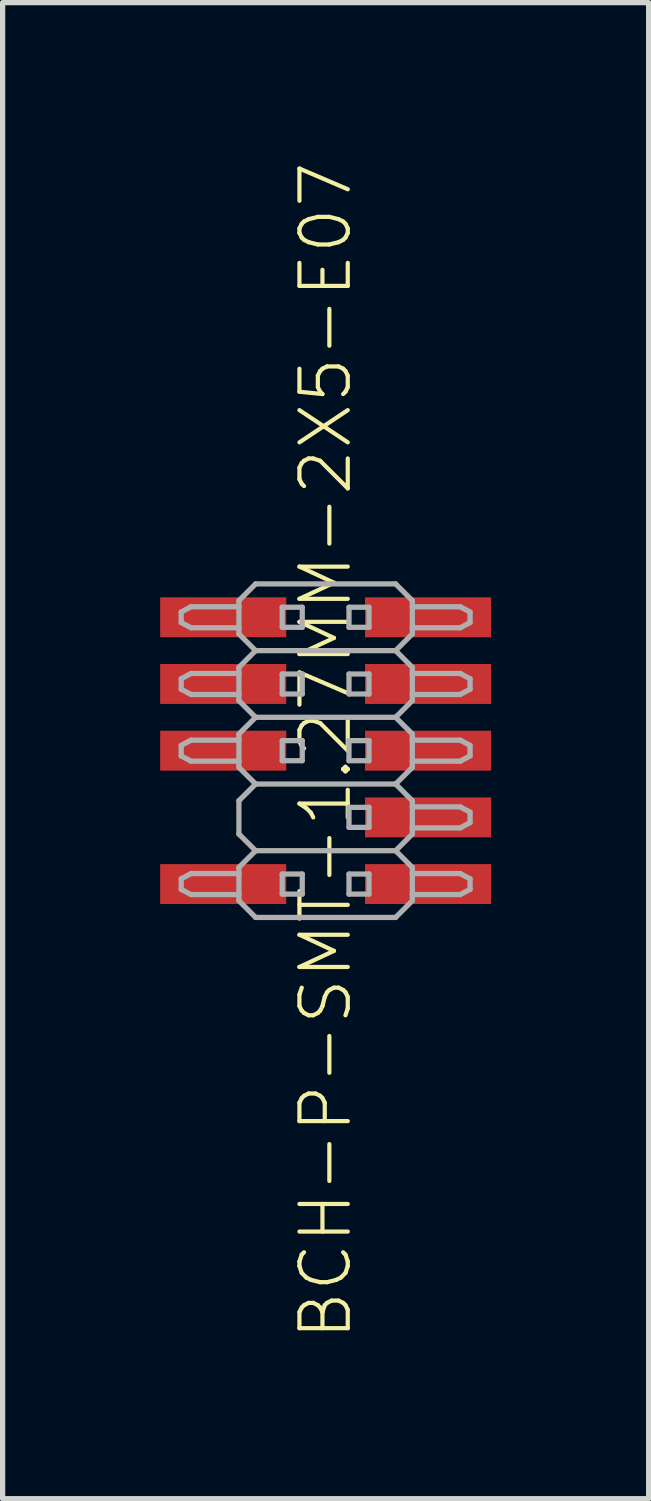
<source format=kicad_pcb>
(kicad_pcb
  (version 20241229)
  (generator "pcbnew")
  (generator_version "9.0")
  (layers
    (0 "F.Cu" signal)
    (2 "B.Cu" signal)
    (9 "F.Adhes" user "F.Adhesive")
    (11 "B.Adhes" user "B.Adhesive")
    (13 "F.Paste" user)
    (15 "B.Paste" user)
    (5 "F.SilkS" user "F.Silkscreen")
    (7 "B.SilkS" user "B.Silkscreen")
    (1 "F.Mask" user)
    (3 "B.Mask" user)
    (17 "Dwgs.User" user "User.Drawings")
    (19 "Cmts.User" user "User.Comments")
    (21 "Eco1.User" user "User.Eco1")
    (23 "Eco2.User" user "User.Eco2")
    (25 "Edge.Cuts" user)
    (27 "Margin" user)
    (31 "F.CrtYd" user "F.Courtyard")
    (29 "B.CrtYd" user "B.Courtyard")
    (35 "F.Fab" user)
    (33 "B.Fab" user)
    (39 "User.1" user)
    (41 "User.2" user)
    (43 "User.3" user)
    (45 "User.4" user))
  (footprint "BCH-P-SMT-1.27MM-2X5-E07"
    (layer "F.Cu")
    (at 3.15 11.243)
    (property "Reference" "BCH-P-SMT-1.27MM-2X5-E07" (at 0 0 90) (unlocked yes) (layer "F.SilkS") (effects (font (size 0.92 0.92) (thickness 0.08))))
    (fp_poly (pts (xy -0.75 -2.16) (xy -3.15 -2.16) (xy -3.15 -2.92) (xy -0.75 -2.92)) (stroke (width 0) (type default)) (fill yes) (layer "F.Paste"))
    (fp_poly (pts (xy -0.75 -0.89) (xy -3.15 -0.89) (xy -3.15 -1.65) (xy -0.75 -1.65)) (stroke (width 0) (type default)) (fill yes) (layer "F.Paste"))
    (fp_poly (pts (xy -0.75 0.38) (xy -3.15 0.38) (xy -3.15 -0.38) (xy -0.75 -0.38)) (stroke (width 0) (type default)) (fill yes) (layer "F.Paste"))
    (fp_poly (pts (xy -0.75 2.92) (xy -3.15 2.92) (xy -3.15 2.16) (xy -0.75 2.16)) (stroke (width 0) (type default)) (fill yes) (layer "F.Paste"))
    (fp_poly (pts (xy 3.15 -2.16) (xy 0.75 -2.16) (xy 0.75 -2.92) (xy 3.15 -2.92)) (stroke (width 0) (type default)) (fill yes) (layer "F.Paste"))
    (fp_poly (pts (xy 3.15 -0.89) (xy 0.75 -0.89) (xy 0.75 -1.65) (xy 3.15 -1.65)) (stroke (width 0) (type default)) (fill yes) (layer "F.Paste"))
    (fp_poly (pts (xy 3.15 0.38) (xy 0.75 0.38) (xy 0.75 -0.38) (xy 3.15 -0.38)) (stroke (width 0) (type default)) (fill yes) (layer "F.Paste"))
    (fp_poly (pts (xy 3.15 1.65) (xy 0.75 1.65) (xy 0.75 0.89) (xy 3.15 0.89)) (stroke (width 0) (type default)) (fill yes) (layer "F.Paste"))
    (fp_poly (pts (xy 3.15 2.92) (xy 0.75 2.92) (xy 0.75 2.16) (xy 3.15 2.16)) (stroke (width 0) (type default)) (fill yes) (layer "F.Paste"))
    (fp_line (start -2.75 -2.64) (end -2.563 -2.74) (stroke (width 0.1) (type solid)) (layer "F.Fab"))
    (fp_line (start -2.75 -2.44) (end -2.75 -2.64) (stroke (width 0.1) (type solid)) (layer "F.Fab"))
    (fp_line (start -2.75 -1.37) (end -2.563 -1.47) (stroke (width 0.1) (type solid)) (layer "F.Fab"))
    (fp_line (start -2.75 -1.17) (end -2.75 -1.37) (stroke (width 0.1) (type solid)) (layer "F.Fab"))
    (fp_line (start -2.75 -0.1) (end -2.563 -0.2) (stroke (width 0.1) (type solid)) (layer "F.Fab"))
    (fp_line (start -2.75 0.1) (end -2.75 -0.1) (stroke (width 0.1) (type solid)) (layer "F.Fab"))
    (fp_line (start -2.75 2.44) (end -2.563 2.34) (stroke (width 0.1) (type solid)) (layer "F.Fab"))
    (fp_line (start -2.75 2.64) (end -2.75 2.44) (stroke (width 0.1) (type solid)) (layer "F.Fab"))
    (fp_line (start -2.563 -2.34) (end -2.75 -2.44) (stroke (width 0.1) (type solid)) (layer "F.Fab"))
    (fp_line (start -2.563 -2.34) (end -1.651 -2.34) (stroke (width 0.1) (type solid)) (layer "F.Fab"))
    (fp_line (start -2.563 -1.07) (end -2.75 -1.17) (stroke (width 0.1) (type solid)) (layer "F.Fab"))
    (fp_line (start -2.563 -1.07) (end -1.651 -1.07) (stroke (width 0.1) (type solid)) (layer "F.Fab"))
    (fp_line (start -2.563 0.2) (end -2.75 0.1) (stroke (width 0.1) (type solid)) (layer "F.Fab"))
    (fp_line (start -2.563 0.2) (end -1.651 0.2) (stroke (width 0.1) (type solid)) (layer "F.Fab"))
    (fp_line (start -2.563 2.74) (end -2.75 2.64) (stroke (width 0.1) (type solid)) (layer "F.Fab"))
    (fp_line (start -2.563 2.74) (end -1.651 2.74) (stroke (width 0.1) (type solid)) (layer "F.Fab"))
    (fp_line (start -1.651 -2.857) (end -1.651 -2.74) (stroke (width 0.1) (type solid)) (layer "F.Fab"))
    (fp_line (start -1.651 -2.74) (end -2.563 -2.74) (stroke (width 0.1) (type solid)) (layer "F.Fab"))
    (fp_line (start -1.651 -2.74) (end -1.651 -2.34) (stroke (width 0.1) (type solid)) (layer "F.Fab"))
    (fp_line (start -1.651 -2.34) (end -1.651 -2.223) (stroke (width 0.1) (type solid)) (layer "F.Fab"))
    (fp_line (start -1.651 -2.223) (end -1.333 -1.905) (stroke (width 0.1) (type solid)) (layer "F.Fab"))
    (fp_line (start -1.651 -1.587) (end -1.651 -1.47) (stroke (width 0.1) (type solid)) (layer "F.Fab"))
    (fp_line (start -1.651 -1.47) (end -2.563 -1.47) (stroke (width 0.1) (type solid)) (layer "F.Fab"))
    (fp_line (start -1.651 -1.47) (end -1.651 -1.07) (stroke (width 0.1) (type solid)) (layer "F.Fab"))
    (fp_line (start -1.651 -1.07) (end -1.651 -0.953) (stroke (width 0.1) (type solid)) (layer "F.Fab"))
    (fp_line (start -1.651 -0.953) (end -1.333 -0.635) (stroke (width 0.1) (type solid)) (layer "F.Fab"))
    (fp_line (start -1.651 -0.318) (end -1.651 -0.2) (stroke (width 0.1) (type solid)) (layer "F.Fab"))
    (fp_line (start -1.651 -0.2) (end -2.563 -0.2) (stroke (width 0.1) (type solid)) (layer "F.Fab"))
    (fp_line (start -1.651 -0.2) (end -1.651 0.2) (stroke (width 0.1) (type solid)) (layer "F.Fab"))
    (fp_line (start -1.651 0.2) (end -1.651 0.318) (stroke (width 0.1) (type solid)) (layer "F.Fab"))
    (fp_line (start -1.651 0.318) (end -1.333 0.635) (stroke (width 0.1) (type solid)) (layer "F.Fab"))
    (fp_line (start -1.651 0.953) (end -1.651 1.587) (stroke (width 0.1) (type solid)) (layer "F.Fab"))
    (fp_line (start -1.651 1.587) (end -1.333 1.905) (stroke (width 0.1) (type solid)) (layer "F.Fab"))
    (fp_line (start -1.651 2.223) (end -1.651 2.34) (stroke (width 0.1) (type solid)) (layer "F.Fab"))
    (fp_line (start -1.651 2.34) (end -2.563 2.34) (stroke (width 0.1) (type solid)) (layer "F.Fab"))
    (fp_line (start -1.651 2.34) (end -1.651 2.74) (stroke (width 0.1) (type solid)) (layer "F.Fab"))
    (fp_line (start -1.651 2.74) (end -1.651 2.857) (stroke (width 0.1) (type solid)) (layer "F.Fab"))
    (fp_line (start -1.651 2.857) (end -1.333 3.175) (stroke (width 0.1) (type solid)) (layer "F.Fab"))
    (fp_line (start -1.333 -3.175) (end -1.651 -2.857) (stroke (width 0.1) (type solid)) (layer "F.Fab"))
    (fp_line (start -1.333 -1.905) (end -1.651 -1.587) (stroke (width 0.1) (type solid)) (layer "F.Fab"))
    (fp_line (start -1.333 -0.635) (end -1.651 -0.318) (stroke (width 0.1) (type solid)) (layer "F.Fab"))
    (fp_line (start -1.333 0.635) (end -1.651 0.953) (stroke (width 0.1) (type solid)) (layer "F.Fab"))
    (fp_line (start -1.333 1.905) (end -1.651 2.223) (stroke (width 0.1) (type solid)) (layer "F.Fab"))
    (fp_line (start -0.826 -2.731) (end -0.445 -2.731) (stroke (width 0.1) (type solid)) (layer "F.Fab"))
    (fp_line (start -0.826 -2.349) (end -0.826 -2.731) (stroke (width 0.1) (type solid)) (layer "F.Fab"))
    (fp_line (start -0.826 -1.46) (end -0.445 -1.46) (stroke (width 0.1) (type solid)) (layer "F.Fab"))
    (fp_line (start -0.826 -1.079) (end -0.826 -1.46) (stroke (width 0.1) (type solid)) (layer "F.Fab"))
    (fp_line (start -0.826 -0.191) (end -0.445 -0.191) (stroke (width 0.1) (type solid)) (layer "F.Fab"))
    (fp_line (start -0.826 0.191) (end -0.826 -0.191) (stroke (width 0.1) (type solid)) (layer "F.Fab"))
    (fp_line (start -0.826 2.349) (end -0.445 2.349) (stroke (width 0.1) (type solid)) (layer "F.Fab"))
    (fp_line (start -0.826 2.731) (end -0.826 2.349) (stroke (width 0.1) (type solid)) (layer "F.Fab"))
    (fp_line (start -0.445 -2.731) (end -0.445 -2.349) (stroke (width 0.1) (type solid)) (layer "F.Fab"))
    (fp_line (start -0.445 -2.349) (end -0.826 -2.349) (stroke (width 0.1) (type solid)) (layer "F.Fab"))
    (fp_line (start -0.445 -1.46) (end -0.445 -1.079) (stroke (width 0.1) (type solid)) (layer "F.Fab"))
    (fp_line (start -0.445 -1.079) (end -0.826 -1.079) (stroke (width 0.1) (type solid)) (layer "F.Fab"))
    (fp_line (start -0.445 -0.191) (end -0.445 0.191) (stroke (width 0.1) (type solid)) (layer "F.Fab"))
    (fp_line (start -0.445 0.191) (end -0.826 0.191) (stroke (width 0.1) (type solid)) (layer "F.Fab"))
    (fp_line (start -0.445 2.349) (end -0.445 2.731) (stroke (width 0.1) (type solid)) (layer "F.Fab"))
    (fp_line (start -0.445 2.731) (end -0.826 2.731) (stroke (width 0.1) (type solid)) (layer "F.Fab"))
    (fp_line (start 0.445 -2.731) (end 0.826 -2.731) (stroke (width 0.1) (type solid)) (layer "F.Fab"))
    (fp_line (start 0.445 -2.349) (end 0.445 -2.731) (stroke (width 0.1) (type solid)) (layer "F.Fab"))
    (fp_line (start 0.445 -1.46) (end 0.826 -1.46) (stroke (width 0.1) (type solid)) (layer "F.Fab"))
    (fp_line (start 0.445 -1.079) (end 0.445 -1.46) (stroke (width 0.1) (type solid)) (layer "F.Fab"))
    (fp_line (start 0.445 -0.191) (end 0.826 -0.191) (stroke (width 0.1) (type solid)) (layer "F.Fab"))
    (fp_line (start 0.445 0.191) (end 0.445 -0.191) (stroke (width 0.1) (type solid)) (layer "F.Fab"))
    (fp_line (start 0.445 1.079) (end 0.826 1.079) (stroke (width 0.1) (type solid)) (layer "F.Fab"))
    (fp_line (start 0.445 1.46) (end 0.445 1.079) (stroke (width 0.1) (type solid)) (layer "F.Fab"))
    (fp_line (start 0.445 2.349) (end 0.826 2.349) (stroke (width 0.1) (type solid)) (layer "F.Fab"))
    (fp_line (start 0.445 2.731) (end 0.445 2.349) (stroke (width 0.1) (type solid)) (layer "F.Fab"))
    (fp_line (start 0.826 -2.731) (end 0.826 -2.349) (stroke (width 0.1) (type solid)) (layer "F.Fab"))
    (fp_line (start 0.826 -2.349) (end 0.445 -2.349) (stroke (width 0.1) (type solid)) (layer "F.Fab"))
    (fp_line (start 0.826 -1.46) (end 0.826 -1.079) (stroke (width 0.1) (type solid)) (layer "F.Fab"))
    (fp_line (start 0.826 -1.079) (end 0.445 -1.079) (stroke (width 0.1) (type solid)) (layer "F.Fab"))
    (fp_line (start 0.826 -0.191) (end 0.826 0.191) (stroke (width 0.1) (type solid)) (layer "F.Fab"))
    (fp_line (start 0.826 0.191) (end 0.445 0.191) (stroke (width 0.1) (type solid)) (layer "F.Fab"))
    (fp_line (start 0.826 1.079) (end 0.826 1.46) (stroke (width 0.1) (type solid)) (layer "F.Fab"))
    (fp_line (start 0.826 1.46) (end 0.445 1.46) (stroke (width 0.1) (type solid)) (layer "F.Fab"))
    (fp_line (start 0.826 2.349) (end 0.826 2.731) (stroke (width 0.1) (type solid)) (layer "F.Fab"))
    (fp_line (start 0.826 2.731) (end 0.445 2.731) (stroke (width 0.1) (type solid)) (layer "F.Fab"))
    (fp_line (start 1.333 -3.175) (end -1.333 -3.175) (stroke (width 0.1) (type solid)) (layer "F.Fab"))
    (fp_line (start 1.333 -1.905) (end -1.333 -1.905) (stroke (width 0.1) (type solid)) (layer "F.Fab"))
    (fp_line (start 1.333 -1.905) (end 1.651 -2.223) (stroke (width 0.1) (type solid)) (layer "F.Fab"))
    (fp_line (start 1.333 -0.635) (end -1.333 -0.635) (stroke (width 0.1) (type solid)) (layer "F.Fab"))
    (fp_line (start 1.333 -0.635) (end 1.651 -0.953) (stroke (width 0.1) (type solid)) (layer "F.Fab"))
    (fp_line (start 1.333 0.635) (end -1.333 0.635) (stroke (width 0.1) (type solid)) (layer "F.Fab"))
    (fp_line (start 1.333 0.635) (end 1.651 0.318) (stroke (width 0.1) (type solid)) (layer "F.Fab"))
    (fp_line (start 1.333 1.905) (end -1.333 1.905) (stroke (width 0.1) (type solid)) (layer "F.Fab"))
    (fp_line (start 1.333 1.905) (end 1.651 1.587) (stroke (width 0.1) (type solid)) (layer "F.Fab"))
    (fp_line (start 1.333 3.175) (end -1.333 3.175) (stroke (width 0.1) (type solid)) (layer "F.Fab"))
    (fp_line (start 1.333 3.175) (end 1.651 2.857) (stroke (width 0.1) (type solid)) (layer "F.Fab"))
    (fp_line (start 1.651 -2.857) (end 1.333 -3.175) (stroke (width 0.1) (type solid)) (layer "F.Fab"))
    (fp_line (start 1.651 -2.74) (end 1.651 -2.857) (stroke (width 0.1) (type solid)) (layer "F.Fab"))
    (fp_line (start 1.651 -2.34) (end 1.651 -2.74) (stroke (width 0.1) (type solid)) (layer "F.Fab"))
    (fp_line (start 1.651 -2.34) (end 2.563 -2.34) (stroke (width 0.1) (type solid)) (layer "F.Fab"))
    (fp_line (start 1.651 -2.223) (end 1.651 -2.34) (stroke (width 0.1) (type solid)) (layer "F.Fab"))
    (fp_line (start 1.651 -1.587) (end 1.333 -1.905) (stroke (width 0.1) (type solid)) (layer "F.Fab"))
    (fp_line (start 1.651 -1.47) (end 1.651 -1.587) (stroke (width 0.1) (type solid)) (layer "F.Fab"))
    (fp_line (start 1.651 -1.07) (end 1.651 -1.47) (stroke (width 0.1) (type solid)) (layer "F.Fab"))
    (fp_line (start 1.651 -1.07) (end 2.563 -1.07) (stroke (width 0.1) (type solid)) (layer "F.Fab"))
    (fp_line (start 1.651 -0.953) (end 1.651 -1.07) (stroke (width 0.1) (type solid)) (layer "F.Fab"))
    (fp_line (start 1.651 -0.318) (end 1.333 -0.635) (stroke (width 0.1) (type solid)) (layer "F.Fab"))
    (fp_line (start 1.651 -0.2) (end 1.651 -0.318) (stroke (width 0.1) (type solid)) (layer "F.Fab"))
    (fp_line (start 1.651 0.2) (end 1.651 -0.2) (stroke (width 0.1) (type solid)) (layer "F.Fab"))
    (fp_line (start 1.651 0.2) (end 2.563 0.2) (stroke (width 0.1) (type solid)) (layer "F.Fab"))
    (fp_line (start 1.651 0.318) (end 1.651 0.2) (stroke (width 0.1) (type solid)) (layer "F.Fab"))
    (fp_line (start 1.651 0.953) (end 1.333 0.635) (stroke (width 0.1) (type solid)) (layer "F.Fab"))
    (fp_line (start 1.651 1.07) (end 1.651 0.953) (stroke (width 0.1) (type solid)) (layer "F.Fab"))
    (fp_line (start 1.651 1.47) (end 1.651 1.07) (stroke (width 0.1) (type solid)) (layer "F.Fab"))
    (fp_line (start 1.651 1.47) (end 2.563 1.47) (stroke (width 0.1) (type solid)) (layer "F.Fab"))
    (fp_line (start 1.651 1.587) (end 1.651 1.47) (stroke (width 0.1) (type solid)) (layer "F.Fab"))
    (fp_line (start 1.651 2.223) (end 1.333 1.905) (stroke (width 0.1) (type solid)) (layer "F.Fab"))
    (fp_line (start 1.651 2.34) (end 1.651 2.223) (stroke (width 0.1) (type solid)) (layer "F.Fab"))
    (fp_line (start 1.651 2.74) (end 1.651 2.34) (stroke (width 0.1) (type solid)) (layer "F.Fab"))
    (fp_line (start 1.651 2.74) (end 2.563 2.74) (stroke (width 0.1) (type solid)) (layer "F.Fab"))
    (fp_line (start 1.651 2.857) (end 1.651 2.74) (stroke (width 0.1) (type solid)) (layer "F.Fab"))
    (fp_line (start 2.563 -2.74) (end 1.651 -2.74) (stroke (width 0.1) (type solid)) (layer "F.Fab"))
    (fp_line (start 2.563 -2.74) (end 2.75 -2.64) (stroke (width 0.1) (type solid)) (layer "F.Fab"))
    (fp_line (start 2.563 -1.47) (end 1.651 -1.47) (stroke (width 0.1) (type solid)) (layer "F.Fab"))
    (fp_line (start 2.563 -1.47) (end 2.75 -1.37) (stroke (width 0.1) (type solid)) (layer "F.Fab"))
    (fp_line (start 2.563 -0.2) (end 1.651 -0.2) (stroke (width 0.1) (type solid)) (layer "F.Fab"))
    (fp_line (start 2.563 -0.2) (end 2.75 -0.1) (stroke (width 0.1) (type solid)) (layer "F.Fab"))
    (fp_line (start 2.563 1.07) (end 1.651 1.07) (stroke (width 0.1) (type solid)) (layer "F.Fab"))
    (fp_line (start 2.563 1.07) (end 2.75 1.17) (stroke (width 0.1) (type solid)) (layer "F.Fab"))
    (fp_line (start 2.563 2.34) (end 1.651 2.34) (stroke (width 0.1) (type solid)) (layer "F.Fab"))
    (fp_line (start 2.563 2.34) (end 2.75 2.44) (stroke (width 0.1) (type solid)) (layer "F.Fab"))
    (fp_line (start 2.75 -2.64) (end 2.75 -2.44) (stroke (width 0.1) (type solid)) (layer "F.Fab"))
    (fp_line (start 2.75 -2.44) (end 2.563 -2.34) (stroke (width 0.1) (type solid)) (layer "F.Fab"))
    (fp_line (start 2.75 -1.37) (end 2.75 -1.17) (stroke (width 0.1) (type solid)) (layer "F.Fab"))
    (fp_line (start 2.75 -1.17) (end 2.563 -1.07) (stroke (width 0.1) (type solid)) (layer "F.Fab"))
    (fp_line (start 2.75 -0.1) (end 2.75 0.1) (stroke (width 0.1) (type solid)) (layer "F.Fab"))
    (fp_line (start 2.75 0.1) (end 2.563 0.2) (stroke (width 0.1) (type solid)) (layer "F.Fab"))
    (fp_line (start 2.75 1.17) (end 2.75 1.37) (stroke (width 0.1) (type solid)) (layer "F.Fab"))
    (fp_line (start 2.75 1.37) (end 2.563 1.47) (stroke (width 0.1) (type solid)) (layer "F.Fab"))
    (fp_line (start 2.75 2.44) (end 2.75 2.64) (stroke (width 0.1) (type solid)) (layer "F.Fab"))
    (fp_line (start 2.75 2.64) (end 2.563 2.74) (stroke (width 0.1) (type solid)) (layer "F.Fab"))
    (pad "1" smd rect (at -1.95 -2.54) (size 2.4 0.76) (layers "F.Cu" "F.Mask"))
    (pad "2" smd rect (at 1.95 -2.54) (size 2.4 0.76) (layers "F.Cu" "F.Mask"))
    (pad "3" smd rect (at -1.95 -1.27) (size 2.4 0.76) (layers "F.Cu" "F.Mask"))
    (pad "4" smd rect (at 1.95 -1.27) (size 2.4 0.76) (layers "F.Cu" "F.Mask"))
    (pad "5" smd rect (at -1.95 0) (size 2.4 0.76) (layers "F.Cu" "F.Mask"))
    (pad "6" smd rect (at 1.95 0) (size 2.4 0.76) (layers "F.Cu" "F.Mask"))
    (pad "8" smd rect (at 1.95 1.27) (size 2.4 0.76) (layers "F.Cu" "F.Mask"))
    (pad "9" smd rect (at -1.95 2.54) (size 2.4 0.76) (layers "F.Cu" "F.Mask"))
    (pad "10" smd rect (at 1.95 2.54) (size 2.4 0.76) (layers "F.Cu" "F.Mask")))
  (gr_rect
    (start -3 -3)
    (end 9.3 25.486)
    (stroke (width 0.1) (type default))
    (fill no)
    (layer "Edge.Cuts")))
</source>
